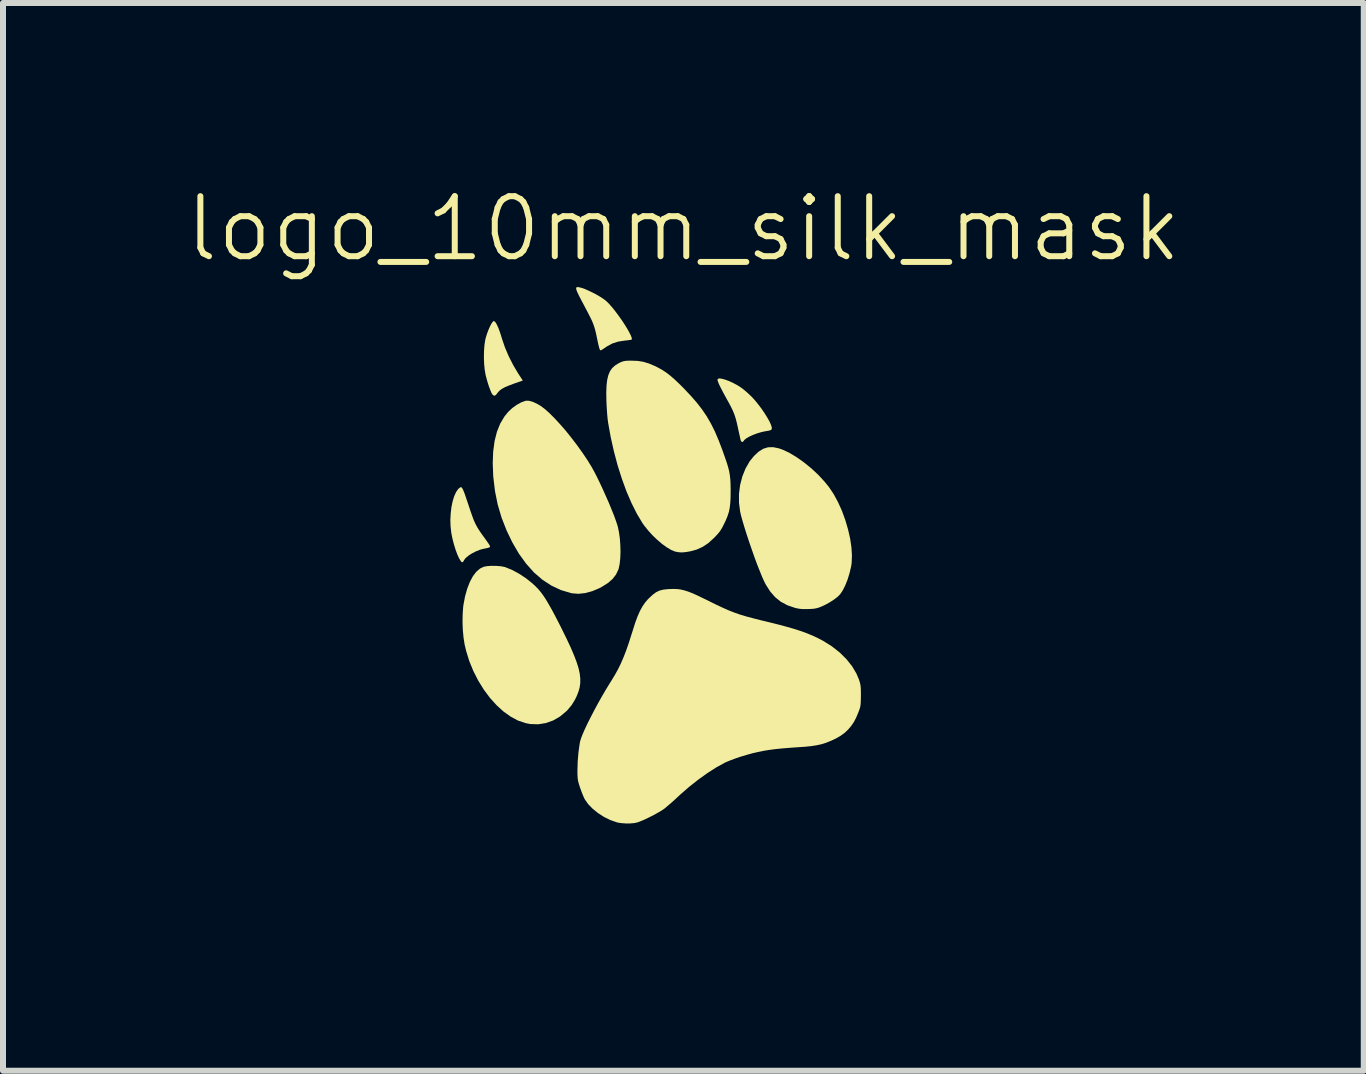
<source format=kicad_pcb>
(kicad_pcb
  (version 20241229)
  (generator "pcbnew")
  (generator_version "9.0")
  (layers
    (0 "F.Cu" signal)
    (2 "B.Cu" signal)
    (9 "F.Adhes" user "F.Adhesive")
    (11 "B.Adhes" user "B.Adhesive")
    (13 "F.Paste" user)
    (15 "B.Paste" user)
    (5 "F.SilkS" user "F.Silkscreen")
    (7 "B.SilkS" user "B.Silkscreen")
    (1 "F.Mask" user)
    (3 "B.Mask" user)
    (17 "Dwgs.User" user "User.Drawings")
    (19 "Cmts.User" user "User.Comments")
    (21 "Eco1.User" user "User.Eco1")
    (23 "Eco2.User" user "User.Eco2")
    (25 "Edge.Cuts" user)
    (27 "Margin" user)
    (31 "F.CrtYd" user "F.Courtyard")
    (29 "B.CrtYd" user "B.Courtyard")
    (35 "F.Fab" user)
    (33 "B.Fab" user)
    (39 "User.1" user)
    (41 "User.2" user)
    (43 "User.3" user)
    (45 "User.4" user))
  (footprint "logo_10mm_silk_mask"
    (layer "F.Cu")
    (at 8.336 6.761)
    (property "Reference" "logo_10mm_silk_mask" (at 0 -6 0) (unlocked yes) (layer "F.SilkS") (effects (font (size 1 1) (thickness 0.1))))
    (attr smd)
    (fp_poly (pts (xy 4.045 -1.775) (xy 4.242 -1.523) (xy 4.417 -1.261) (xy 4.57 -0.992) (xy 4.7 -0.715) (xy 4.808 -0.433) (xy 4.892 -0.146) (xy 4.953 0.145) (xy 4.99 0.439) (xy 5.003 0.734) (xy 4.993 1.029) (xy 4.958 1.324) (xy 4.898 1.617) (xy 4.847 1.803) (xy 4.76 2.057) (xy 4.655 2.31) (xy 4.534 2.554) (xy 4.406 2.775) (xy 4.223 3.041) (xy 4.021 3.294) (xy 3.799 3.532) (xy 3.56 3.754) (xy 3.305 3.961) (xy 3.034 4.151) (xy 2.749 4.324) (xy 2.451 4.479) (xy 2.141 4.616) (xy 1.821 4.735) (xy 1.491 4.834) (xy 1.153 4.914) (xy 0.809 4.973) (xy 0.458 5.012) (xy 0.102 5.028) (xy -0.257 5.023) (xy -0.342 5.019) (xy -0.701 4.986) (xy -1.056 4.93) (xy -1.406 4.852) (xy -1.748 4.753) (xy -2.082 4.634) (xy -2.404 4.495) (xy -2.714 4.336) (xy -3.009 4.159) (xy -3.289 3.964) (xy -3.398 3.879) (xy -3.654 3.659) (xy -3.889 3.426) (xy -4.103 3.18) (xy -4.295 2.922) (xy -4.466 2.653) (xy -4.614 2.372) (xy -4.739 2.081) (xy -4.835 1.803) (xy -4.871 1.672) (xy -4.903 1.53) (xy -4.932 1.382) (xy -4.955 1.232) (xy -4.974 1.085) (xy -4.986 0.944) (xy -4.992 0.815) (xy -4.992 0.701) (xy -4.984 0.606) (xy -4.984 0.605) (xy -4.972 0.523) (xy -4.971 0.595) (xy -4.968 0.638) (xy -4.963 0.696) (xy -4.956 0.763) (xy -4.95 0.816) (xy -4.901 1.094) (xy -4.828 1.367) (xy -4.732 1.634) (xy -4.613 1.892) (xy -4.472 2.143) (xy -4.311 2.384) (xy -4.129 2.615) (xy -3.927 2.834) (xy -3.707 3.042) (xy -3.468 3.236) (xy -3.212 3.416) (xy -2.94 3.58) (xy -2.682 3.714) (xy -2.354 3.859) (xy -2.016 3.981) (xy -1.67 4.08) (xy -1.319 4.156) (xy -0.963 4.209) (xy -0.604 4.239) (xy -0.244 4.245) (xy 0.117 4.228) (xy 0.475 4.188) (xy 0.831 4.124) (xy 1.182 4.036) (xy 1.527 3.925) (xy 1.627 3.888) (xy 1.937 3.758) (xy 2.233 3.609) (xy 2.514 3.443) (xy 2.778 3.26) (xy 3.026 3.061) (xy 3.255 2.848) (xy 3.466 2.62) (xy 3.656 2.379) (xy 3.825 2.126) (xy 3.909 1.983) (xy 4.029 1.739) (xy 4.131 1.481) (xy 4.213 1.215) (xy 4.272 0.943) (xy 4.294 0.801) (xy 4.305 0.699) (xy 4.311 0.58) (xy 4.314 0.451) (xy 4.314 0.319) (xy 4.309 0.193) (xy 4.301 0.08) (xy 4.295 0.019) (xy 4.244 -0.268) (xy 4.169 -0.548) (xy 4.07 -0.822) (xy 3.947 -1.088) (xy 3.8 -1.346) (xy 3.631 -1.595) (xy 3.51 -1.75) (xy 3.404 -1.879) (xy 3.681 -1.879) (xy 3.957 -1.879)) (stroke (width 0) (type solid)) (fill yes) (layer "F.Mask"))
    (fp_poly (pts (xy -3.156 -4.462) (xy -3.135 -4.447) (xy -3.111 -4.408) (xy -3.083 -4.348) (xy -3.054 -4.269) (xy -3.024 -4.173) (xy -3.021 -4.162) (xy -2.973 -4.022) (xy -2.91 -3.874) (xy -2.835 -3.727) (xy -2.753 -3.589) (xy -2.751 -3.586) (xy -2.676 -3.471) (xy -2.811 -3.424) (xy -2.902 -3.39) (xy -2.973 -3.36) (xy -3.026 -3.331) (xy -3.066 -3.301) (xy -3.094 -3.269) (xy -3.097 -3.265) (xy -3.125 -3.23) (xy -3.147 -3.218) (xy -3.169 -3.226) (xy -3.181 -3.238) (xy -3.198 -3.266) (xy -3.218 -3.313) (xy -3.241 -3.375) (xy -3.264 -3.447) (xy -3.285 -3.524) (xy -3.295 -3.561) (xy -3.31 -3.647) (xy -3.32 -3.747) (xy -3.324 -3.854) (xy -3.322 -3.961) (xy -3.315 -4.061) (xy -3.302 -4.146) (xy -3.295 -4.177) (xy -3.273 -4.248) (xy -3.248 -4.315) (xy -3.222 -4.374) (xy -3.197 -4.421) (xy -3.175 -4.452) (xy -3.158 -4.463)) (stroke (width 0) (type solid)) (fill yes) (layer "F.SilkS"))
    (fp_poly (pts (xy -3.698 -1.692) (xy -3.687 -1.68) (xy -3.674 -1.657) (xy -3.658 -1.62) (xy -3.638 -1.567) (xy -3.614 -1.495) (xy -3.582 -1.401) (xy -3.576 -1.382) (xy -3.543 -1.284) (xy -3.515 -1.205) (xy -3.491 -1.141) (xy -3.467 -1.088) (xy -3.442 -1.04) (xy -3.414 -0.993) (xy -3.381 -0.943) (xy -3.347 -0.895) (xy -3.299 -0.829) (xy -3.264 -0.779) (xy -3.24 -0.745) (xy -3.227 -0.722) (xy -3.222 -0.707) (xy -3.223 -0.699) (xy -3.229 -0.693) (xy -3.23 -0.693) (xy -3.25 -0.685) (xy -3.287 -0.676) (xy -3.32 -0.67) (xy -3.386 -0.653) (xy -3.456 -0.625) (xy -3.523 -0.591) (xy -3.582 -0.553) (xy -3.628 -0.514) (xy -3.656 -0.477) (xy -3.658 -0.471) (xy -3.674 -0.446) (xy -3.692 -0.445) (xy -3.705 -0.457) (xy -3.734 -0.503) (xy -3.765 -0.569) (xy -3.795 -0.65) (xy -3.823 -0.74) (xy -3.847 -0.833) (xy -3.866 -0.926) (xy -3.867 -0.931) (xy -3.879 -1.038) (xy -3.883 -1.148) (xy -3.877 -1.257) (xy -3.865 -1.362) (xy -3.845 -1.458) (xy -3.819 -1.543) (xy -3.787 -1.614) (xy -3.751 -1.665) (xy -3.719 -1.691) (xy -3.708 -1.695)) (stroke (width 0) (type solid)) (fill yes) (layer "F.SilkS"))
    (fp_poly (pts (xy 0.65 -3.499) (xy 0.704 -3.483) (xy 0.767 -3.459) (xy 0.835 -3.427) (xy 0.904 -3.39) (xy 0.96 -3.354) (xy 1.005 -3.32) (xy 1.058 -3.275) (xy 1.111 -3.226) (xy 1.136 -3.202) (xy 1.192 -3.141) (xy 1.248 -3.072) (xy 1.303 -2.999) (xy 1.354 -2.924) (xy 1.398 -2.853) (xy 1.435 -2.787) (xy 1.46 -2.731) (xy 1.472 -2.689) (xy 1.473 -2.675) (xy 1.469 -2.658) (xy 1.459 -2.647) (xy 1.436 -2.639) (xy 1.397 -2.631) (xy 1.375 -2.628) (xy 1.304 -2.613) (xy 1.232 -2.592) (xy 1.162 -2.566) (xy 1.099 -2.537) (xy 1.048 -2.508) (xy 1.015 -2.481) (xy 1.004 -2.465) (xy 0.989 -2.448) (xy 0.969 -2.451) (xy 0.955 -2.472) (xy 0.954 -2.475) (xy 0.949 -2.497) (xy 0.94 -2.539) (xy 0.928 -2.594) (xy 0.913 -2.659) (xy 0.908 -2.686) (xy 0.888 -2.774) (xy 0.869 -2.846) (xy 0.848 -2.909) (xy 0.823 -2.97) (xy 0.791 -3.036) (xy 0.75 -3.113) (xy 0.724 -3.159) (xy 0.665 -3.267) (xy 0.62 -3.354) (xy 0.588 -3.42) (xy 0.571 -3.466) (xy 0.568 -3.486) (xy 0.578 -3.502) (xy 0.606 -3.506)) (stroke (width 0) (type solid)) (fill yes) (layer "F.SilkS"))
    (fp_poly (pts (xy -1.701 -5.016) (xy -1.643 -4.996) (xy -1.577 -4.967) (xy -1.508 -4.934) (xy -1.438 -4.897) (xy -1.374 -4.859) (xy -1.318 -4.821) (xy -1.28 -4.79) (xy -1.235 -4.745) (xy -1.186 -4.689) (xy -1.134 -4.624) (xy -1.081 -4.553) (xy -1.029 -4.48) (xy -0.981 -4.407) (xy -0.938 -4.338) (xy -0.903 -4.275) (xy -0.876 -4.222) (xy -0.861 -4.182) (xy -0.859 -4.157) (xy -0.862 -4.154) (xy -0.877 -4.149) (xy -0.911 -4.144) (xy -0.958 -4.138) (xy -0.981 -4.136) (xy -1.089 -4.119) (xy -1.182 -4.089) (xy -1.27 -4.042) (xy -1.298 -4.023) (xy -1.335 -3.998) (xy -1.364 -3.98) (xy -1.379 -3.973) (xy -1.379 -3.973) (xy -1.39 -3.983) (xy -1.399 -4.001) (xy -1.405 -4.024) (xy -1.416 -4.066) (xy -1.428 -4.121) (xy -1.441 -4.184) (xy -1.442 -4.188) (xy -1.456 -4.256) (xy -1.47 -4.313) (xy -1.485 -4.365) (xy -1.503 -4.416) (xy -1.525 -4.47) (xy -1.555 -4.531) (xy -1.593 -4.605) (xy -1.641 -4.696) (xy -1.65 -4.714) (xy -1.698 -4.804) (xy -1.735 -4.875) (xy -1.761 -4.929) (xy -1.778 -4.968) (xy -1.786 -4.996) (xy -1.787 -5.013) (xy -1.781 -5.023) (xy -1.774 -5.027) (xy -1.746 -5.027)) (stroke (width 0) (type solid)) (fill yes) (layer "F.SilkS"))
    (fp_poly (pts (xy -3.118 -0.383) (xy -3.042 -0.377) (xy -2.979 -0.365) (xy -2.964 -0.36) (xy -2.853 -0.315) (xy -2.737 -0.252) (xy -2.623 -0.177) (xy -2.518 -0.093) (xy -2.465 -0.044) (xy -2.421 0.001) (xy -2.379 0.051) (xy -2.337 0.107) (xy -2.293 0.173) (xy -2.247 0.251) (xy -2.195 0.342) (xy -2.137 0.451) (xy -2.071 0.578) (xy -2.026 0.668) (xy -1.945 0.833) (xy -1.877 0.978) (xy -1.822 1.107) (xy -1.779 1.22) (xy -1.747 1.322) (xy -1.727 1.413) (xy -1.718 1.496) (xy -1.719 1.574) (xy -1.73 1.648) (xy -1.751 1.72) (xy -1.781 1.794) (xy -1.806 1.845) (xy -1.861 1.935) (xy -1.931 2.019) (xy -1.951 2.039) (xy -2.055 2.126) (xy -2.169 2.192) (xy -2.292 2.236) (xy -2.419 2.256) (xy -2.549 2.252) (xy -2.629 2.237) (xy -2.754 2.195) (xy -2.877 2.129) (xy -2.998 2.043) (xy -3.114 1.937) (xy -3.224 1.815) (xy -3.326 1.678) (xy -3.418 1.529) (xy -3.499 1.37) (xy -3.568 1.202) (xy -3.621 1.029) (xy -3.646 0.923) (xy -3.663 0.812) (xy -3.675 0.687) (xy -3.68 0.556) (xy -3.678 0.427) (xy -3.67 0.311) (xy -3.665 0.268) (xy -3.638 0.125) (xy -3.602 -0.003) (xy -3.558 -0.116) (xy -3.507 -0.211) (xy -3.45 -0.286) (xy -3.388 -0.339) (xy -3.327 -0.368) (xy -3.27 -0.379) (xy -3.197 -0.384)) (stroke (width 0) (type solid)) (fill yes) (layer "F.SilkS"))
    (fp_poly (pts (xy 1.591 -2.341) (xy 1.646 -2.322) (xy 1.761 -2.269) (xy 1.883 -2.196) (xy 2.008 -2.108) (xy 2.131 -2.008) (xy 2.248 -1.899) (xy 2.354 -1.784) (xy 2.426 -1.695) (xy 2.504 -1.578) (xy 2.576 -1.445) (xy 2.641 -1.301) (xy 2.696 -1.15) (xy 2.742 -0.995) (xy 2.777 -0.842) (xy 2.799 -0.694) (xy 2.808 -0.555) (xy 2.803 -0.43) (xy 2.795 -0.377) (xy 2.769 -0.266) (xy 2.736 -0.158) (xy 2.697 -0.059) (xy 2.654 0.026) (xy 2.61 0.091) (xy 2.61 0.091) (xy 2.568 0.133) (xy 2.509 0.178) (xy 2.438 0.224) (xy 2.362 0.266) (xy 2.306 0.292) (xy 2.258 0.311) (xy 2.216 0.323) (xy 2.172 0.331) (xy 2.115 0.335) (xy 2.081 0.336) (xy 2.004 0.337) (xy 1.942 0.333) (xy 1.886 0.323) (xy 1.858 0.316) (xy 1.732 0.273) (xy 1.622 0.214) (xy 1.527 0.137) (xy 1.444 0.041) (xy 1.37 -0.076) (xy 1.342 -0.132) (xy 1.308 -0.208) (xy 1.27 -0.302) (xy 1.227 -0.411) (xy 1.183 -0.53) (xy 1.139 -0.656) (xy 1.095 -0.783) (xy 1.054 -0.907) (xy 1.017 -1.025) (xy 0.985 -1.132) (xy 0.96 -1.223) (xy 0.945 -1.288) (xy 0.926 -1.435) (xy 0.926 -1.584) (xy 0.945 -1.732) (xy 0.982 -1.874) (xy 1.036 -2.007) (xy 1.105 -2.127) (xy 1.175 -2.213) (xy 1.253 -2.286) (xy 1.33 -2.334) (xy 1.41 -2.359) (xy 1.496 -2.361)) (stroke (width 0) (type solid)) (fill yes) (layer "F.SilkS"))
    (fp_poly (pts (xy -2.508 -3.116) (xy -2.432 -3.08) (xy -2.381 -3.05) (xy -2.312 -2.999) (xy -2.233 -2.929) (xy -2.146 -2.842) (xy -2.054 -2.742) (xy -1.958 -2.632) (xy -1.863 -2.513) (xy -1.769 -2.39) (xy -1.679 -2.264) (xy -1.595 -2.139) (xy -1.529 -2.031) (xy -1.489 -1.959) (xy -1.443 -1.87) (xy -1.394 -1.769) (xy -1.343 -1.66) (xy -1.292 -1.546) (xy -1.242 -1.433) (xy -1.197 -1.323) (xy -1.156 -1.222) (xy -1.124 -1.133) (xy -1.1 -1.061) (xy -1.094 -1.04) (xy -1.074 -0.946) (xy -1.059 -0.84) (xy -1.051 -0.729) (xy -1.048 -0.617) (xy -1.052 -0.511) (xy -1.062 -0.416) (xy -1.078 -0.339) (xy -1.084 -0.32) (xy -1.123 -0.239) (xy -1.18 -0.165) (xy -1.257 -0.098) (xy -1.357 -0.035) (xy -1.406 -0.009) (xy -1.521 0.039) (xy -1.637 0.07) (xy -1.749 0.082) (xy -1.852 0.074) (xy -1.873 0.07) (xy -2.041 0.02) (xy -2.2 -0.055) (xy -2.349 -0.152) (xy -2.489 -0.273) (xy -2.619 -0.418) (xy -2.74 -0.585) (xy -2.851 -0.776) (xy -2.945 -0.971) (xy -3.03 -1.188) (xy -3.094 -1.405) (xy -3.139 -1.627) (xy -3.167 -1.862) (xy -3.169 -1.888) (xy -3.177 -2.099) (xy -3.169 -2.29) (xy -3.146 -2.463) (xy -3.107 -2.617) (xy -3.052 -2.754) (xy -2.981 -2.873) (xy -2.919 -2.949) (xy -2.852 -3.012) (xy -2.777 -3.066) (xy -2.701 -3.108) (xy -2.63 -3.133) (xy -2.626 -3.134) (xy -2.574 -3.134)) (stroke (width 0) (type solid)) (fill yes) (layer "F.SilkS"))
    (fp_poly (pts (xy -0.759 -3.798) (xy -0.668 -3.783) (xy -0.577 -3.756) (xy -0.478 -3.714) (xy -0.435 -3.693) (xy -0.361 -3.653) (xy -0.289 -3.606) (xy -0.215 -3.549) (xy -0.135 -3.479) (xy -0.047 -3.394) (xy 0.008 -3.339) (xy 0.125 -3.215) (xy 0.227 -3.098) (xy 0.314 -2.985) (xy 0.391 -2.871) (xy 0.46 -2.751) (xy 0.525 -2.621) (xy 0.587 -2.475) (xy 0.65 -2.31) (xy 0.654 -2.299) (xy 0.692 -2.191) (xy 0.723 -2.101) (xy 0.746 -2.025) (xy 0.763 -1.957) (xy 0.774 -1.893) (xy 0.781 -1.827) (xy 0.785 -1.755) (xy 0.787 -1.672) (xy 0.787 -1.633) (xy 0.786 -1.522) (xy 0.781 -1.431) (xy 0.772 -1.353) (xy 0.758 -1.283) (xy 0.736 -1.215) (xy 0.707 -1.144) (xy 0.673 -1.073) (xy 0.642 -1.013) (xy 0.611 -0.963) (xy 0.574 -0.917) (xy 0.526 -0.865) (xy 0.506 -0.845) (xy 0.413 -0.761) (xy 0.319 -0.699) (xy 0.219 -0.654) (xy 0.111 -0.625) (xy 0.032 -0.612) (xy -0.032 -0.607) (xy -0.09 -0.612) (xy -0.143 -0.623) (xy -0.205 -0.649) (xy -0.277 -0.692) (xy -0.356 -0.749) (xy -0.437 -0.818) (xy -0.517 -0.895) (xy -0.591 -0.977) (xy -0.657 -1.06) (xy -0.683 -1.097) (xy -0.775 -1.251) (xy -0.863 -1.426) (xy -0.947 -1.62) (xy -1.024 -1.831) (xy -1.095 -2.054) (xy -1.157 -2.287) (xy -1.211 -2.527) (xy -1.255 -2.771) (xy -1.255 -2.775) (xy -1.263 -2.834) (xy -1.27 -2.91) (xy -1.276 -2.996) (xy -1.281 -3.084) (xy -1.283 -3.131) (xy -1.285 -3.269) (xy -1.281 -3.385) (xy -1.27 -3.481) (xy -1.251 -3.56) (xy -1.224 -3.625) (xy -1.187 -3.678) (xy -1.14 -3.721) (xy -1.081 -3.758) (xy -1.059 -3.769) (xy -1.024 -3.785) (xy -0.992 -3.794) (xy -0.955 -3.8) (xy -0.906 -3.802) (xy -0.858 -3.802)) (stroke (width 0) (type solid)) (fill yes) (layer "F.SilkS"))
    (fp_poly (pts (xy -0.104 0.003) (xy -0.049 0.01) (xy 0.008 0.023) (xy 0.07 0.042) (xy 0.139 0.068) (xy 0.22 0.104) (xy 0.316 0.15) (xy 0.431 0.206) (xy 0.435 0.208) (xy 0.554 0.267) (xy 0.659 0.316) (xy 0.754 0.358) (xy 0.846 0.394) (xy 0.939 0.427) (xy 1.039 0.457) (xy 1.151 0.487) (xy 1.279 0.52) (xy 1.351 0.537) (xy 1.53 0.581) (xy 1.686 0.622) (xy 1.824 0.661) (xy 1.945 0.699) (xy 2.053 0.738) (xy 2.15 0.778) (xy 2.24 0.82) (xy 2.326 0.865) (xy 2.328 0.866) (xy 2.473 0.957) (xy 2.604 1.06) (xy 2.717 1.172) (xy 2.811 1.29) (xy 2.883 1.412) (xy 2.922 1.504) (xy 2.937 1.549) (xy 2.947 1.588) (xy 2.953 1.628) (xy 2.956 1.674) (xy 2.957 1.735) (xy 2.957 1.778) (xy 2.956 1.849) (xy 2.954 1.901) (xy 2.95 1.942) (xy 2.943 1.978) (xy 2.931 2.015) (xy 2.916 2.054) (xy 2.878 2.146) (xy 2.839 2.22) (xy 2.795 2.284) (xy 2.746 2.342) (xy 2.686 2.399) (xy 2.62 2.447) (xy 2.542 2.492) (xy 2.449 2.535) (xy 2.375 2.565) (xy 2.301 2.588) (xy 2.223 2.605) (xy 2.135 2.619) (xy 2.031 2.63) (xy 1.942 2.636) (xy 1.785 2.647) (xy 1.649 2.658) (xy 1.53 2.67) (xy 1.424 2.684) (xy 1.328 2.7) (xy 1.237 2.719) (xy 1.154 2.738) (xy 1.053 2.766) (xy 0.95 2.797) (xy 0.853 2.83) (xy 0.767 2.863) (xy 0.698 2.892) (xy 0.687 2.898) (xy 0.548 2.974) (xy 0.4 3.069) (xy 0.248 3.178) (xy 0.097 3.297) (xy -0.049 3.424) (xy -0.076 3.449) (xy -0.135 3.504) (xy -0.195 3.558) (xy -0.251 3.606) (xy -0.297 3.645) (xy -0.315 3.66) (xy -0.363 3.693) (xy -0.428 3.731) (xy -0.504 3.773) (xy -0.584 3.813) (xy -0.662 3.85) (xy -0.73 3.878) (xy -0.76 3.889) (xy -0.816 3.902) (xy -0.888 3.908) (xy -0.967 3.908) (xy -1.043 3.902) (xy -1.109 3.89) (xy -1.11 3.889) (xy -1.217 3.852) (xy -1.322 3.8) (xy -1.422 3.736) (xy -1.511 3.664) (xy -1.587 3.586) (xy -1.643 3.506) (xy -1.66 3.471) (xy -1.68 3.424) (xy -1.703 3.364) (xy -1.725 3.303) (xy -1.729 3.29) (xy -1.745 3.239) (xy -1.756 3.195) (xy -1.762 3.151) (xy -1.765 3.098) (xy -1.766 3.028) (xy -1.766 3.028) (xy -1.761 2.872) (xy -1.748 2.719) (xy -1.728 2.577) (xy -1.721 2.541) (xy -1.706 2.492) (xy -1.68 2.424) (xy -1.644 2.341) (xy -1.599 2.245) (xy -1.546 2.14) (xy -1.488 2.028) (xy -1.426 1.913) (xy -1.361 1.797) (xy -1.295 1.684) (xy -1.229 1.576) (xy -1.194 1.52) (xy -1.139 1.429) (xy -1.089 1.339) (xy -1.043 1.245) (xy -0.999 1.143) (xy -0.955 1.03) (xy -0.91 0.901) (xy -0.863 0.753) (xy -0.844 0.694) (xy -0.803 0.564) (xy -0.763 0.456) (xy -0.723 0.366) (xy -0.681 0.29) (xy -0.636 0.225) (xy -0.586 0.167) (xy -0.575 0.157) (xy -0.511 0.097) (xy -0.454 0.055) (xy -0.396 0.028) (xy -0.332 0.012) (xy -0.252 0.004) (xy -0.226 0.003) (xy -0.162 0.001)) (stroke (width 0) (type solid)) (fill yes) (layer "F.SilkS")))
  (gr_rect
    (start -3 -3)
    (end 19.671 14.789)
    (stroke (width 0.1) (type default))
    (fill no)
    (layer "Edge.Cuts")))
</source>
